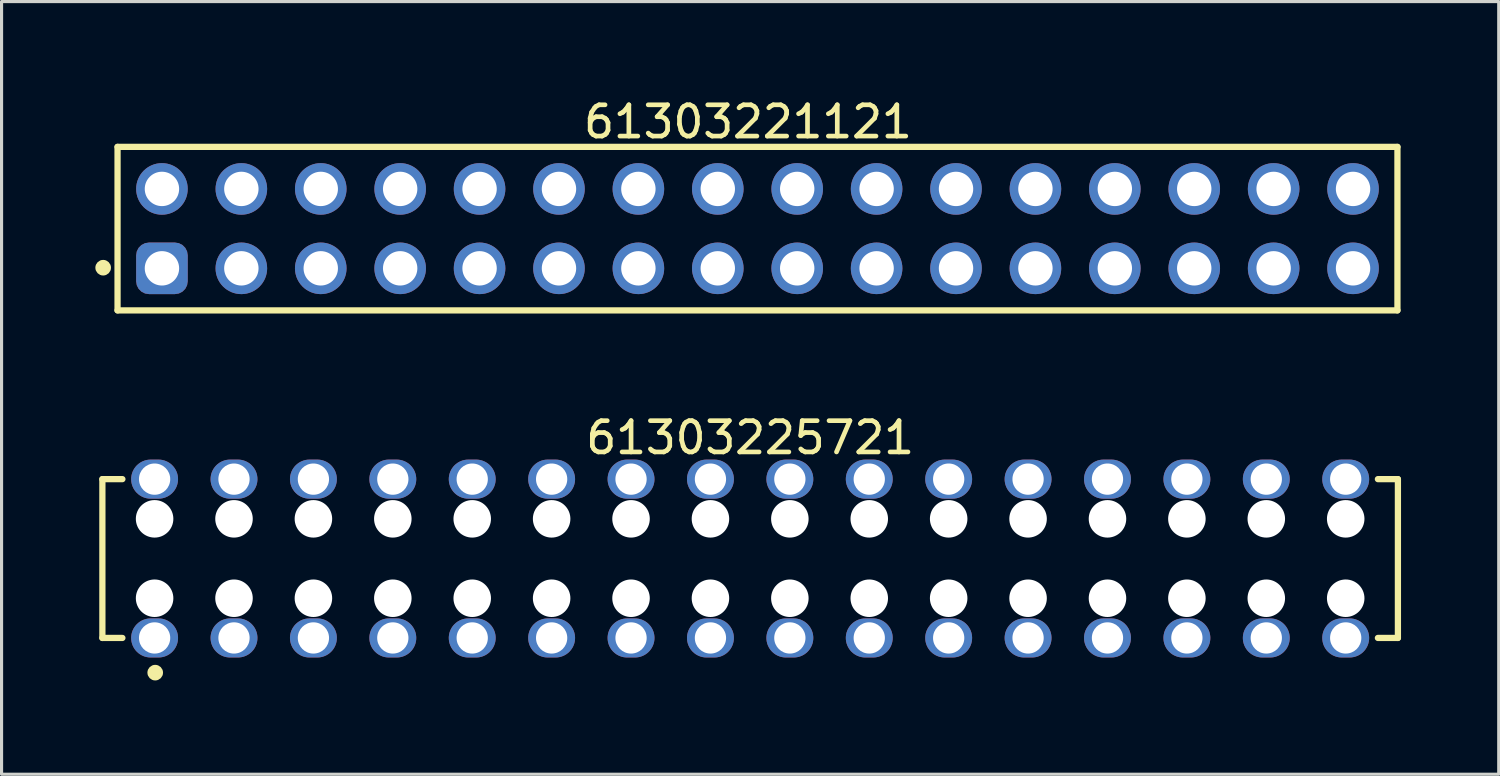
<source format=kicad_pcb>
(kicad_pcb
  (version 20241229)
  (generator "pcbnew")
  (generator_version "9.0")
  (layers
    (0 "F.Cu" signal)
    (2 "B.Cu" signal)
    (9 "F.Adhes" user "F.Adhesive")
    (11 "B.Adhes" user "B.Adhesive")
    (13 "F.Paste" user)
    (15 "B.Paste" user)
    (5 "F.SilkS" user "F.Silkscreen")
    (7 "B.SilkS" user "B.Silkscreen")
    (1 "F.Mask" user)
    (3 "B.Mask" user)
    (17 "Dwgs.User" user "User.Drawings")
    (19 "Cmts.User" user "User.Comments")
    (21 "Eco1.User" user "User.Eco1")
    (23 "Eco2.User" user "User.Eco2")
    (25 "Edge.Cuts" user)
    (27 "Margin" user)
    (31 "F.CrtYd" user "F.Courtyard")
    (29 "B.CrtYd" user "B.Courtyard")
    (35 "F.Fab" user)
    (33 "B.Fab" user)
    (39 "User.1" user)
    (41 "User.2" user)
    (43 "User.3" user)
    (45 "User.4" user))
  (footprint "61303221121"
    (layer "F.Cu")
    (at 21.18 4.263)
    (property "Reference" "61303221121" (at -0.305 -3.415 0) (layer "F.SilkS") (effects (font (size 1 1) (thickness 0.15))))
    (fp_line (start -20.47 -2.615) (end 20.47 -2.615) (stroke (width 0.2) (type solid)) (layer "F.SilkS"))
    (fp_line (start -20.47 2.615) (end -20.47 -2.615) (stroke (width 0.2) (type solid)) (layer "F.SilkS"))
    (fp_line (start -20.47 2.615) (end 20.47 2.615) (stroke (width 0.2) (type solid)) (layer "F.SilkS"))
    (fp_line (start 20.47 2.615) (end 20.47 -2.615) (stroke (width 0.2) (type solid)) (layer "F.SilkS"))
    (fp_circle (center -20.93 1.25) (end -20.93 1.125) (stroke (width 0.25) (type solid)) (fill no) (layer "F.SilkS"))
    (fp_line (start -20.67 -2.815) (end 20.67 -2.815) (stroke (width 0.05) (type solid)) (layer "Eco2.User"))
    (fp_line (start -20.67 2.815) (end -20.67 -2.815) (stroke (width 0.05) (type solid)) (layer "Eco2.User"))
    (fp_line (start -20.67 2.815) (end 20.67 2.815) (stroke (width 0.05) (type solid)) (layer "Eco2.User"))
    (fp_line (start -20.32 -2.54) (end 20.32 -2.54) (stroke (width 0.1) (type solid)) (layer "Eco2.User"))
    (fp_line (start -20.32 2.54) (end -20.32 -2.54) (stroke (width 0.1) (type solid)) (layer "Eco2.User"))
    (fp_line (start -20.32 2.54) (end 20.32 2.54) (stroke (width 0.1) (type solid)) (layer "Eco2.User"))
    (fp_line (start -0.5 0) (end 0.5 0) (stroke (width 0.05) (type solid)) (layer "Eco2.User"))
    (fp_line (start 0 0.5) (end 0 -0.5) (stroke (width 0.05) (type solid)) (layer "Eco2.User"))
    (fp_line (start 20.32 2.54) (end 20.32 -2.54) (stroke (width 0.1) (type solid)) (layer "Eco2.User"))
    (fp_line (start 20.67 2.815) (end 20.67 -2.815) (stroke (width 0.05) (type solid)) (layer "Eco2.User"))
    (fp_text user "${REFERENCE}" (at 0.15 -0.197 0) (unlocked yes) (layer "User.3") (effects (font (size 1.5 1.5) (thickness 0.15))))
    (pad "1" thru_hole roundrect (at -19.05 1.27) (size 1.65 1.65) (drill 1.1) (layers "*.Cu" "*.Mask") (roundrect_rratio 0.25))
    (pad "2" thru_hole circle (at -19.05 -1.27) (size 1.65 1.65) (drill 1.1) (layers "*.Cu" "*.Mask"))
    (pad "3" thru_hole circle (at -16.51 1.27) (size 1.65 1.65) (drill 1.1) (layers "*.Cu" "*.Mask"))
    (pad "4" thru_hole circle (at -16.51 -1.27) (size 1.65 1.65) (drill 1.1) (layers "*.Cu" "*.Mask"))
    (pad "5" thru_hole circle (at -13.97 1.27) (size 1.65 1.65) (drill 1.1) (layers "*.Cu" "*.Mask"))
    (pad "6" thru_hole circle (at -13.97 -1.27) (size 1.65 1.65) (drill 1.1) (layers "*.Cu" "*.Mask"))
    (pad "7" thru_hole circle (at -11.43 1.27) (size 1.65 1.65) (drill 1.1) (layers "*.Cu" "*.Mask"))
    (pad "8" thru_hole circle (at -11.43 -1.27) (size 1.65 1.65) (drill 1.1) (layers "*.Cu" "*.Mask"))
    (pad "9" thru_hole circle (at -8.89 1.27) (size 1.65 1.65) (drill 1.1) (layers "*.Cu" "*.Mask"))
    (pad "10" thru_hole circle (at -8.89 -1.27) (size 1.65 1.65) (drill 1.1) (layers "*.Cu" "*.Mask"))
    (pad "11" thru_hole circle (at -6.35 1.27) (size 1.65 1.65) (drill 1.1) (layers "*.Cu" "*.Mask"))
    (pad "12" thru_hole circle (at -6.35 -1.27) (size 1.65 1.65) (drill 1.1) (layers "*.Cu" "*.Mask"))
    (pad "13" thru_hole circle (at -3.81 1.27) (size 1.65 1.65) (drill 1.1) (layers "*.Cu" "*.Mask"))
    (pad "14" thru_hole circle (at -3.81 -1.27) (size 1.65 1.65) (drill 1.1) (layers "*.Cu" "*.Mask"))
    (pad "15" thru_hole circle (at -1.27 1.27) (size 1.65 1.65) (drill 1.1) (layers "*.Cu" "*.Mask"))
    (pad "16" thru_hole circle (at -1.27 -1.27) (size 1.65 1.65) (drill 1.1) (layers "*.Cu" "*.Mask"))
    (pad "17" thru_hole circle (at 1.27 1.27) (size 1.65 1.65) (drill 1.1) (layers "*.Cu" "*.Mask"))
    (pad "18" thru_hole circle (at 1.27 -1.27) (size 1.65 1.65) (drill 1.1) (layers "*.Cu" "*.Mask"))
    (pad "19" thru_hole circle (at 3.81 1.27) (size 1.65 1.65) (drill 1.1) (layers "*.Cu" "*.Mask"))
    (pad "20" thru_hole circle (at 3.81 -1.27) (size 1.65 1.65) (drill 1.1) (layers "*.Cu" "*.Mask"))
    (pad "21" thru_hole circle (at 6.35 1.27) (size 1.65 1.65) (drill 1.1) (layers "*.Cu" "*.Mask"))
    (pad "22" thru_hole circle (at 6.35 -1.27) (size 1.65 1.65) (drill 1.1) (layers "*.Cu" "*.Mask"))
    (pad "23" thru_hole circle (at 8.89 1.27) (size 1.65 1.65) (drill 1.1) (layers "*.Cu" "*.Mask"))
    (pad "24" thru_hole circle (at 8.89 -1.27) (size 1.65 1.65) (drill 1.1) (layers "*.Cu" "*.Mask"))
    (pad "25" thru_hole circle (at 11.43 1.27) (size 1.65 1.65) (drill 1.1) (layers "*.Cu" "*.Mask"))
    (pad "26" thru_hole circle (at 11.43 -1.27) (size 1.65 1.65) (drill 1.1) (layers "*.Cu" "*.Mask"))
    (pad "27" thru_hole circle (at 13.97 1.27) (size 1.65 1.65) (drill 1.1) (layers "*.Cu" "*.Mask"))
    (pad "28" thru_hole circle (at 13.97 -1.27) (size 1.65 1.65) (drill 1.1) (layers "*.Cu" "*.Mask"))
    (pad "29" thru_hole circle (at 16.51 1.27) (size 1.65 1.65) (drill 1.1) (layers "*.Cu" "*.Mask"))
    (pad "30" thru_hole circle (at 16.51 -1.27) (size 1.65 1.65) (drill 1.1) (layers "*.Cu" "*.Mask"))
    (pad "31" thru_hole circle (at 19.05 1.27) (size 1.65 1.65) (drill 1.1) (layers "*.Cu" "*.Mask"))
    (pad "32" thru_hole circle (at 19.05 -1.27) (size 1.65 1.65) (drill 1.1) (layers "*.Cu" "*.Mask")))
  (footprint "61303225721"
    (layer "F.Cu")
    (at 20.945 14.816)
    (property "Reference" "61303225721" (at 0 -3.865 0) (layer "F.SilkS") (effects (font (size 1 1) (thickness 0.15))))
    (fp_line (start -20.72 -2.54) (end -20.08 -2.54) (stroke (width 0.2) (type solid)) (layer "F.SilkS"))
    (fp_line (start -20.72 2.54) (end -20.72 -2.54) (stroke (width 0.2) (type solid)) (layer "F.SilkS"))
    (fp_line (start -20.72 2.54) (end -20.08 2.54) (stroke (width 0.2) (type solid)) (layer "F.SilkS"))
    (fp_line (start 20.08 -2.54) (end 20.72 -2.54) (stroke (width 0.2) (type solid)) (layer "F.SilkS"))
    (fp_line (start 20.08 2.54) (end 20.72 2.54) (stroke (width 0.2) (type solid)) (layer "F.SilkS"))
    (fp_line (start 20.72 2.54) (end 20.72 -2.54) (stroke (width 0.2) (type solid)) (layer "F.SilkS"))
    (fp_circle (center -19.03 3.65) (end -19.03 3.525) (stroke (width 0.25) (type solid)) (fill no) (layer "F.SilkS"))
    (fp_line (start -20.92 -3.365) (end 20.92 -3.365) (stroke (width 0.05) (type solid)) (layer "Eco2.User"))
    (fp_line (start -20.92 3.365) (end -20.92 -3.365) (stroke (width 0.05) (type solid)) (layer "Eco2.User"))
    (fp_line (start -20.92 3.365) (end 20.92 3.365) (stroke (width 0.05) (type solid)) (layer "Eco2.User"))
    (fp_line (start -20.62 -2.54) (end 20.62 -2.54) (stroke (width 0.1) (type solid)) (layer "Eco2.User"))
    (fp_line (start -20.62 2.54) (end -20.62 -2.54) (stroke (width 0.1) (type solid)) (layer "Eco2.User"))
    (fp_line (start -20.62 2.54) (end 20.62 2.54) (stroke (width 0.1) (type solid)) (layer "Eco2.User"))
    (fp_line (start -0.5 0) (end 0.5 0) (stroke (width 0.05) (type solid)) (layer "Eco2.User"))
    (fp_line (start 0 0.5) (end 0 -0.5) (stroke (width 0.05) (type solid)) (layer "Eco2.User"))
    (fp_line (start 20.62 2.54) (end 20.62 -2.54) (stroke (width 0.1) (type solid)) (layer "Eco2.User"))
    (fp_line (start 20.92 3.365) (end 20.92 -3.365) (stroke (width 0.05) (type solid)) (layer "Eco2.User"))
    (fp_text user "${REFERENCE}" (at 0.15 -0.197 0) (unlocked yes) (layer "User.3") (effects (font (size 1.5 1.5) (thickness 0.15))))
    (pad "" np_thru_hole circle (at -19.05 -1.27) (size 1.2 1.2) (drill 1.2) (layers "*.Cu" "*.Mask"))
    (pad "" np_thru_hole circle (at -19.05 1.27) (size 1.2 1.2) (drill 1.2) (layers "*.Cu" "*.Mask"))
    (pad "" np_thru_hole circle (at -16.51 -1.27) (size 1.2 1.2) (drill 1.2) (layers "*.Cu" "*.Mask"))
    (pad "" np_thru_hole circle (at -16.51 1.27) (size 1.2 1.2) (drill 1.2) (layers "*.Cu" "*.Mask"))
    (pad "" np_thru_hole circle (at -13.97 -1.27) (size 1.2 1.2) (drill 1.2) (layers "*.Cu" "*.Mask"))
    (pad "" np_thru_hole circle (at -13.97 1.27) (size 1.2 1.2) (drill 1.2) (layers "*.Cu" "*.Mask"))
    (pad "" np_thru_hole circle (at -11.43 -1.27) (size 1.2 1.2) (drill 1.2) (layers "*.Cu" "*.Mask"))
    (pad "" np_thru_hole circle (at -11.43 1.27) (size 1.2 1.2) (drill 1.2) (layers "*.Cu" "*.Mask"))
    (pad "" np_thru_hole circle (at -8.89 -1.27) (size 1.2 1.2) (drill 1.2) (layers "*.Cu" "*.Mask"))
    (pad "" np_thru_hole circle (at -8.89 1.27) (size 1.2 1.2) (drill 1.2) (layers "*.Cu" "*.Mask"))
    (pad "" np_thru_hole circle (at -6.35 -1.27) (size 1.2 1.2) (drill 1.2) (layers "*.Cu" "*.Mask"))
    (pad "" np_thru_hole circle (at -6.35 1.27) (size 1.2 1.2) (drill 1.2) (layers "*.Cu" "*.Mask"))
    (pad "" np_thru_hole circle (at -3.81 -1.27) (size 1.2 1.2) (drill 1.2) (layers "*.Cu" "*.Mask"))
    (pad "" np_thru_hole circle (at -3.81 1.27) (size 1.2 1.2) (drill 1.2) (layers "*.Cu" "*.Mask"))
    (pad "" np_thru_hole circle (at -1.27 -1.27) (size 1.2 1.2) (drill 1.2) (layers "*.Cu" "*.Mask"))
    (pad "" np_thru_hole circle (at -1.27 1.27) (size 1.2 1.2) (drill 1.2) (layers "*.Cu" "*.Mask"))
    (pad "" np_thru_hole circle (at 1.27 -1.27) (size 1.2 1.2) (drill 1.2) (layers "*.Cu" "*.Mask"))
    (pad "" np_thru_hole circle (at 1.27 1.27) (size 1.2 1.2) (drill 1.2) (layers "*.Cu" "*.Mask"))
    (pad "" np_thru_hole circle (at 3.81 -1.27) (size 1.2 1.2) (drill 1.2) (layers "*.Cu" "*.Mask"))
    (pad "" np_thru_hole circle (at 3.81 1.27) (size 1.2 1.2) (drill 1.2) (layers "*.Cu" "*.Mask"))
    (pad "" np_thru_hole circle (at 6.35 -1.27) (size 1.2 1.2) (drill 1.2) (layers "*.Cu" "*.Mask"))
    (pad "" np_thru_hole circle (at 6.35 1.27) (size 1.2 1.2) (drill 1.2) (layers "*.Cu" "*.Mask"))
    (pad "" np_thru_hole circle (at 8.89 -1.27) (size 1.2 1.2) (drill 1.2) (layers "*.Cu" "*.Mask"))
    (pad "" np_thru_hole circle (at 8.89 1.27) (size 1.2 1.2) (drill 1.2) (layers "*.Cu" "*.Mask"))
    (pad "" np_thru_hole circle (at 11.43 -1.27) (size 1.2 1.2) (drill 1.2) (layers "*.Cu" "*.Mask"))
    (pad "" np_thru_hole circle (at 11.43 1.27) (size 1.2 1.2) (drill 1.2) (layers "*.Cu" "*.Mask"))
    (pad "" np_thru_hole circle (at 13.97 -1.27) (size 1.2 1.2) (drill 1.2) (layers "*.Cu" "*.Mask"))
    (pad "" np_thru_hole circle (at 13.97 1.27) (size 1.2 1.2) (drill 1.2) (layers "*.Cu" "*.Mask"))
    (pad "" np_thru_hole circle (at 16.51 -1.27) (size 1.2 1.2) (drill 1.2) (layers "*.Cu" "*.Mask"))
    (pad "" np_thru_hole circle (at 16.51 1.27) (size 1.2 1.2) (drill 1.2) (layers "*.Cu" "*.Mask"))
    (pad "" np_thru_hole circle (at 19.05 -1.27) (size 1.2 1.2) (drill 1.2) (layers "*.Cu" "*.Mask"))
    (pad "" np_thru_hole circle (at 19.05 1.27) (size 1.2 1.2) (drill 1.2) (layers "*.Cu" "*.Mask"))
    (pad "1" thru_hole oval (at -19.05 2.54) (size 1.5 1.25) (drill 1) (layers "*.Cu" "*.Mask"))
    (pad "2" thru_hole oval (at -19.05 -2.54) (size 1.5 1.25) (drill 1) (layers "*.Cu" "*.Mask"))
    (pad "3" thru_hole oval (at -16.51 2.54) (size 1.5 1.25) (drill 1) (layers "*.Cu" "*.Mask"))
    (pad "4" thru_hole oval (at -16.51 -2.54) (size 1.5 1.25) (drill 1) (layers "*.Cu" "*.Mask"))
    (pad "5" thru_hole oval (at -13.97 2.54) (size 1.5 1.25) (drill 1) (layers "*.Cu" "*.Mask"))
    (pad "6" thru_hole oval (at -13.97 -2.54) (size 1.5 1.25) (drill 1) (layers "*.Cu" "*.Mask"))
    (pad "7" thru_hole oval (at -11.43 2.54) (size 1.5 1.25) (drill 1) (layers "*.Cu" "*.Mask"))
    (pad "8" thru_hole oval (at -11.43 -2.54) (size 1.5 1.25) (drill 1) (layers "*.Cu" "*.Mask"))
    (pad "9" thru_hole oval (at -8.89 2.54) (size 1.5 1.25) (drill 1) (layers "*.Cu" "*.Mask"))
    (pad "10" thru_hole oval (at -8.89 -2.54) (size 1.5 1.25) (drill 1) (layers "*.Cu" "*.Mask"))
    (pad "11" thru_hole oval (at -6.35 2.54) (size 1.5 1.25) (drill 1) (layers "*.Cu" "*.Mask"))
    (pad "12" thru_hole oval (at -6.35 -2.54) (size 1.5 1.25) (drill 1) (layers "*.Cu" "*.Mask"))
    (pad "13" thru_hole oval (at -3.81 2.54) (size 1.5 1.25) (drill 1) (layers "*.Cu" "*.Mask"))
    (pad "14" thru_hole oval (at -3.81 -2.54) (size 1.5 1.25) (drill 1) (layers "*.Cu" "*.Mask"))
    (pad "15" thru_hole oval (at -1.27 2.54) (size 1.5 1.25) (drill 1) (layers "*.Cu" "*.Mask"))
    (pad "16" thru_hole oval (at -1.27 -2.54) (size 1.5 1.25) (drill 1) (layers "*.Cu" "*.Mask"))
    (pad "17" thru_hole oval (at 1.27 2.54) (size 1.5 1.25) (drill 1) (layers "*.Cu" "*.Mask"))
    (pad "18" thru_hole oval (at 1.27 -2.54) (size 1.5 1.25) (drill 1) (layers "*.Cu" "*.Mask"))
    (pad "19" thru_hole oval (at 3.81 2.54) (size 1.5 1.25) (drill 1) (layers "*.Cu" "*.Mask"))
    (pad "20" thru_hole oval (at 3.81 -2.54) (size 1.5 1.25) (drill 1) (layers "*.Cu" "*.Mask"))
    (pad "21" thru_hole oval (at 6.35 2.54) (size 1.5 1.25) (drill 1) (layers "*.Cu" "*.Mask"))
    (pad "22" thru_hole oval (at 6.35 -2.54) (size 1.5 1.25) (drill 1) (layers "*.Cu" "*.Mask"))
    (pad "23" thru_hole oval (at 8.89 2.54) (size 1.5 1.25) (drill 1) (layers "*.Cu" "*.Mask"))
    (pad "24" thru_hole oval (at 8.89 -2.54) (size 1.5 1.25) (drill 1) (layers "*.Cu" "*.Mask"))
    (pad "25" thru_hole oval (at 11.43 2.54) (size 1.5 1.25) (drill 1) (layers "*.Cu" "*.Mask"))
    (pad "26" thru_hole oval (at 11.43 -2.54) (size 1.5 1.25) (drill 1) (layers "*.Cu" "*.Mask"))
    (pad "27" thru_hole oval (at 13.97 2.54) (size 1.5 1.25) (drill 1) (layers "*.Cu" "*.Mask"))
    (pad "28" thru_hole oval (at 13.97 -2.54) (size 1.5 1.25) (drill 1) (layers "*.Cu" "*.Mask"))
    (pad "29" thru_hole oval (at 16.51 2.54) (size 1.5 1.25) (drill 1) (layers "*.Cu" "*.Mask"))
    (pad "30" thru_hole oval (at 16.51 -2.54) (size 1.5 1.25) (drill 1) (layers "*.Cu" "*.Mask"))
    (pad "31" thru_hole oval (at 19.05 2.54) (size 1.5 1.25) (drill 1) (layers "*.Cu" "*.Mask"))
    (pad "32" thru_hole oval (at 19.05 -2.54) (size 1.5 1.25) (drill 1) (layers "*.Cu" "*.Mask")))
  (gr_rect
    (start -3 -3)
    (end 44.89 21.716)
    (stroke (width 0.1) (type default))
    (fill no)
    (layer "Edge.Cuts")))
</source>
